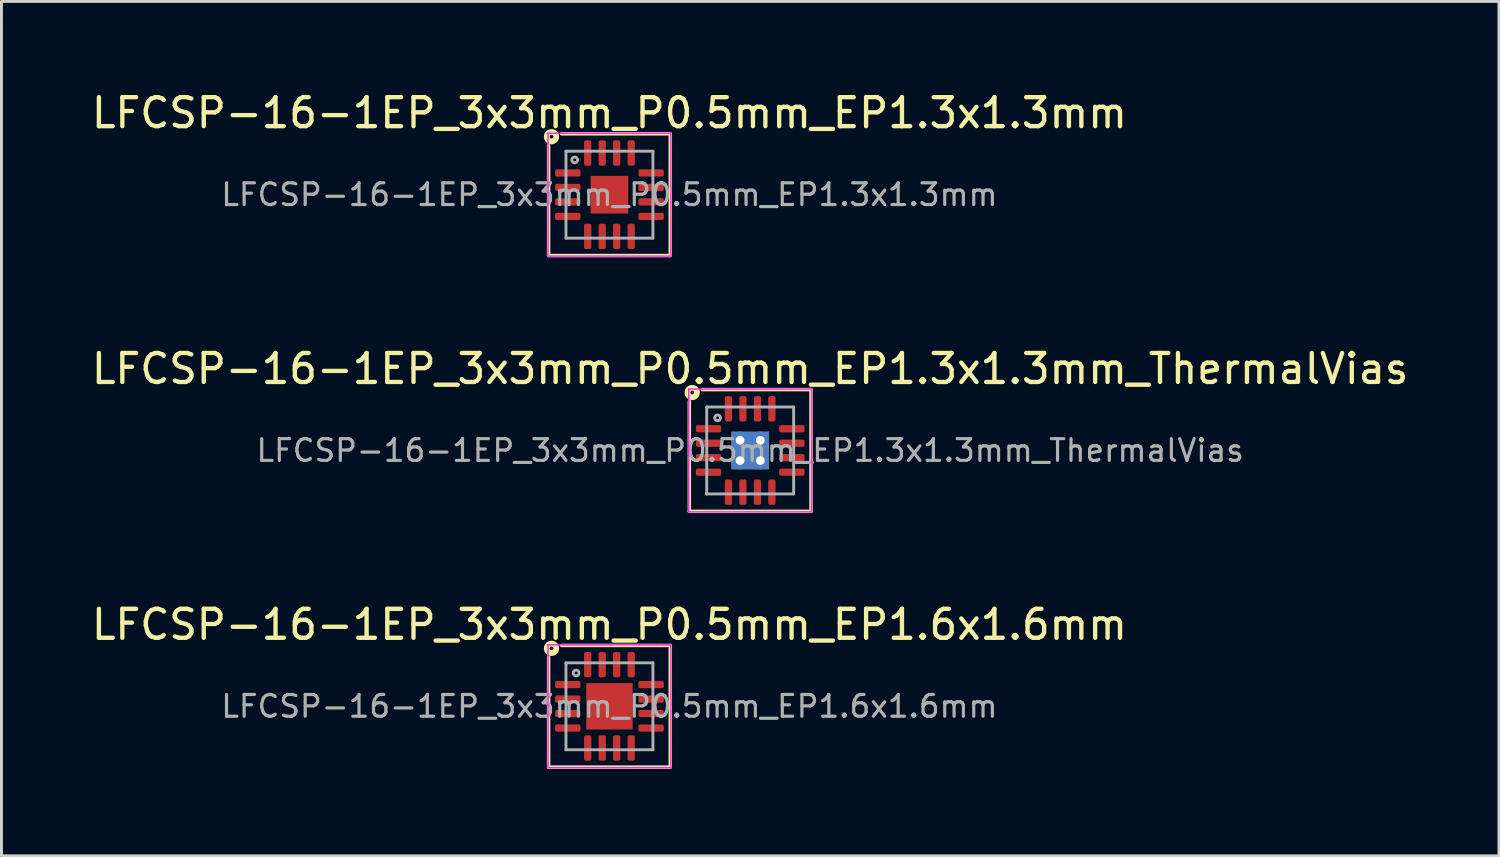
<source format=kicad_pcb>
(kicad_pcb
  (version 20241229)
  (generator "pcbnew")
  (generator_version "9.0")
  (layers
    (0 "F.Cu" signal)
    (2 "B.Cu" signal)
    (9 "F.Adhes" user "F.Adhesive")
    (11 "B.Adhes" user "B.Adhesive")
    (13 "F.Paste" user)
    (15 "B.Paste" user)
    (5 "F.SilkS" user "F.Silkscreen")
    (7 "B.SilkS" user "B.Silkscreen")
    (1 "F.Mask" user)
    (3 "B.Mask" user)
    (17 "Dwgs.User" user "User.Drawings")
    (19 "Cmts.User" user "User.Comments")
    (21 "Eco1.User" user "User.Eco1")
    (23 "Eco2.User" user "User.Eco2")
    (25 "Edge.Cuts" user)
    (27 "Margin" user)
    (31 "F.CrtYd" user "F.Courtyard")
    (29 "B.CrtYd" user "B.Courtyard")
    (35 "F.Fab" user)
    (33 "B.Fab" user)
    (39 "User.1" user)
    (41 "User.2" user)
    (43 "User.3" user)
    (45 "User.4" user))
  (footprint "LFCSP-16-1EP_3x3mm_P0.5mm_EP1.3x1.3mm"
    (layer "F.Cu")
    (at 17.982 3.668)
    (property "Reference" "LFCSP-16-1EP_3x3mm_P0.5mm_EP1.3x1.3mm" (at 0 -2.82 0) (layer "F.SilkS") (effects (font (size 1 1) (thickness 0.15))))
    (attr smd)
    (fp_line (start -2.1 2.1) (end -2.1 -1.7) (stroke (width 0.12) (type solid)) (layer "F.SilkS"))
    (fp_line (start 2.1 -2.1) (end -1.65 -2.1) (stroke (width 0.12) (type solid)) (layer "F.SilkS"))
    (fp_line (start 2.1 -2.1) (end 2.1 2.1) (stroke (width 0.12) (type solid)) (layer "F.SilkS"))
    (fp_line (start 2.1 2.1) (end -2.1 2.1) (stroke (width 0.12) (type solid)) (layer "F.SilkS"))
    (fp_circle (center -2 -2) (end -1.937 -2) (stroke (width 0.2) (type solid)) (fill no) (layer "F.SilkS"))
    (fp_line (start -2.12 -2.12) (end -2.12 2.12) (stroke (width 0.05) (type solid)) (layer "F.CrtYd"))
    (fp_line (start -2.12 2.12) (end 2.12 2.12) (stroke (width 0.05) (type solid)) (layer "F.CrtYd"))
    (fp_line (start 2.12 -2.12) (end -2.12 -2.12) (stroke (width 0.05) (type solid)) (layer "F.CrtYd"))
    (fp_line (start 2.12 2.12) (end 2.12 -2.12) (stroke (width 0.05) (type solid)) (layer "F.CrtYd"))
    (fp_line (start -1.5 -1.5) (end 1.5 -1.5) (stroke (width 0.1) (type solid)) (layer "F.Fab"))
    (fp_line (start -1.5 1.5) (end -1.5 -1.5) (stroke (width 0.1) (type solid)) (layer "F.Fab"))
    (fp_line (start 1.5 -1.5) (end 1.5 1.5) (stroke (width 0.1) (type solid)) (layer "F.Fab"))
    (fp_line (start 1.5 1.5) (end -1.5 1.5) (stroke (width 0.1) (type solid)) (layer "F.Fab"))
    (fp_circle (center -1.2 -1.2) (end -1.1 -1.2) (stroke (width 0.1) (type solid)) (fill no) (layer "F.Fab"))
    (fp_text user "${REFERENCE}" (at 0 0 0) (layer "F.Fab") (effects (font (size 0.75 0.75) (thickness 0.11))))
    (pad "" smd roundrect (at -0.325 -0.325) (size 0.52 0.52) (layers "F.Paste") (roundrect_rratio 0.25))
    (pad "" smd roundrect (at -0.325 0.325) (size 0.52 0.52) (layers "F.Paste") (roundrect_rratio 0.25))
    (pad "" smd roundrect (at 0.325 -0.325) (size 0.52 0.52) (layers "F.Paste") (roundrect_rratio 0.25))
    (pad "" smd roundrect (at 0.325 0.325) (size 0.52 0.52) (layers "F.Paste") (roundrect_rratio 0.25))
    (pad "1" smd roundrect (at -1.438 -0.75) (size 0.875 0.25) (layers "F.Cu" "F.Mask" "F.Paste") (roundrect_rratio 0.25))
    (pad "2" smd roundrect (at -1.438 -0.25) (size 0.875 0.25) (layers "F.Cu" "F.Mask" "F.Paste") (roundrect_rratio 0.25))
    (pad "3" smd roundrect (at -1.438 0.25) (size 0.875 0.25) (layers "F.Cu" "F.Mask" "F.Paste") (roundrect_rratio 0.25))
    (pad "4" smd roundrect (at -1.438 0.75) (size 0.875 0.25) (layers "F.Cu" "F.Mask" "F.Paste") (roundrect_rratio 0.25))
    (pad "5" smd roundrect (at -0.75 1.438) (size 0.25 0.875) (layers "F.Cu" "F.Mask" "F.Paste") (roundrect_rratio 0.25))
    (pad "6" smd roundrect (at -0.25 1.438) (size 0.25 0.875) (layers "F.Cu" "F.Mask" "F.Paste") (roundrect_rratio 0.25))
    (pad "7" smd roundrect (at 0.25 1.438) (size 0.25 0.875) (layers "F.Cu" "F.Mask" "F.Paste") (roundrect_rratio 0.25))
    (pad "8" smd roundrect (at 0.75 1.438) (size 0.25 0.875) (layers "F.Cu" "F.Mask" "F.Paste") (roundrect_rratio 0.25))
    (pad "9" smd roundrect (at 1.438 0.75) (size 0.875 0.25) (layers "F.Cu" "F.Mask" "F.Paste") (roundrect_rratio 0.25))
    (pad "10" smd roundrect (at 1.438 0.25) (size 0.875 0.25) (layers "F.Cu" "F.Mask" "F.Paste") (roundrect_rratio 0.25))
    (pad "11" smd roundrect (at 1.438 -0.25) (size 0.875 0.25) (layers "F.Cu" "F.Mask" "F.Paste") (roundrect_rratio 0.25))
    (pad "12" smd roundrect (at 1.438 -0.75) (size 0.875 0.25) (layers "F.Cu" "F.Mask" "F.Paste") (roundrect_rratio 0.25))
    (pad "13" smd roundrect (at 0.75 -1.438) (size 0.25 0.875) (layers "F.Cu" "F.Mask" "F.Paste") (roundrect_rratio 0.25))
    (pad "14" smd roundrect (at 0.25 -1.438) (size 0.25 0.875) (layers "F.Cu" "F.Mask" "F.Paste") (roundrect_rratio 0.25))
    (pad "15" smd roundrect (at -0.25 -1.438) (size 0.25 0.875) (layers "F.Cu" "F.Mask" "F.Paste") (roundrect_rratio 0.25))
    (pad "16" smd roundrect (at -0.75 -1.438) (size 0.25 0.875) (layers "F.Cu" "F.Mask" "F.Paste") (roundrect_rratio 0.25))
    (pad "17" smd rect (at 0 0) (size 1.3 1.3) (layers "F.Cu" "F.Mask")))
  (footprint "LFCSP-16-1EP_3x3mm_P0.5mm_EP1.6x1.6mm"
    (layer "F.Cu")
    (at 17.982 21.325)
    (property "Reference" "LFCSP-16-1EP_3x3mm_P0.5mm_EP1.6x1.6mm" (at 0 -2.82 0) (layer "F.SilkS") (effects (font (size 1 1) (thickness 0.15))))
    (attr smd)
    (fp_line (start -2.1 2.1) (end -2.1 -1.7) (stroke (width 0.12) (type solid)) (layer "F.SilkS"))
    (fp_line (start 2.1 -2.1) (end -1.65 -2.1) (stroke (width 0.12) (type solid)) (layer "F.SilkS"))
    (fp_line (start 2.1 -2.1) (end 2.1 2.1) (stroke (width 0.12) (type solid)) (layer "F.SilkS"))
    (fp_line (start 2.1 2.1) (end -2.1 2.1) (stroke (width 0.12) (type solid)) (layer "F.SilkS"))
    (fp_circle (center -2 -2) (end -1.937 -2) (stroke (width 0.2) (type solid)) (fill no) (layer "F.SilkS"))
    (fp_line (start -2.12 -2.12) (end -2.12 2.12) (stroke (width 0.05) (type solid)) (layer "F.CrtYd"))
    (fp_line (start -2.12 2.12) (end 2.12 2.12) (stroke (width 0.05) (type solid)) (layer "F.CrtYd"))
    (fp_line (start 2.12 -2.12) (end -2.12 -2.12) (stroke (width 0.05) (type solid)) (layer "F.CrtYd"))
    (fp_line (start 2.12 2.12) (end 2.12 -2.12) (stroke (width 0.05) (type solid)) (layer "F.CrtYd"))
    (fp_line (start -1.5 -1.5) (end 1.5 -1.5) (stroke (width 0.1) (type solid)) (layer "F.Fab"))
    (fp_line (start -1.5 1.5) (end -1.5 -1.5) (stroke (width 0.1) (type solid)) (layer "F.Fab"))
    (fp_line (start 1.5 -1.5) (end 1.5 1.5) (stroke (width 0.1) (type solid)) (layer "F.Fab"))
    (fp_line (start 1.5 1.5) (end -1.5 1.5) (stroke (width 0.1) (type solid)) (layer "F.Fab"))
    (fp_circle (center -1.15 -1.15) (end -1.05 -1.15) (stroke (width 0.1) (type solid)) (fill no) (layer "F.Fab"))
    (fp_text user "${REFERENCE}" (at 0 0 0) (layer "F.Fab") (effects (font (size 0.75 0.75) (thickness 0.11))))
    (pad "" smd roundrect (at -0.4 -0.4) (size 0.64 0.64) (layers "F.Paste") (roundrect_rratio 0.25))
    (pad "" smd roundrect (at -0.4 0.4) (size 0.64 0.64) (layers "F.Paste") (roundrect_rratio 0.25))
    (pad "" smd roundrect (at 0.4 -0.4) (size 0.64 0.64) (layers "F.Paste") (roundrect_rratio 0.25))
    (pad "" smd roundrect (at 0.4 0.4) (size 0.64 0.64) (layers "F.Paste") (roundrect_rratio 0.25))
    (pad "1" smd roundrect (at -1.438 -0.75) (size 0.875 0.25) (layers "F.Cu" "F.Mask" "F.Paste") (roundrect_rratio 0.25))
    (pad "2" smd roundrect (at -1.438 -0.25) (size 0.875 0.25) (layers "F.Cu" "F.Mask" "F.Paste") (roundrect_rratio 0.25))
    (pad "3" smd roundrect (at -1.438 0.25) (size 0.875 0.25) (layers "F.Cu" "F.Mask" "F.Paste") (roundrect_rratio 0.25))
    (pad "4" smd roundrect (at -1.438 0.75) (size 0.875 0.25) (layers "F.Cu" "F.Mask" "F.Paste") (roundrect_rratio 0.25))
    (pad "5" smd roundrect (at -0.75 1.438) (size 0.25 0.875) (layers "F.Cu" "F.Mask" "F.Paste") (roundrect_rratio 0.25))
    (pad "6" smd roundrect (at -0.25 1.438) (size 0.25 0.875) (layers "F.Cu" "F.Mask" "F.Paste") (roundrect_rratio 0.25))
    (pad "7" smd roundrect (at 0.25 1.438) (size 0.25 0.875) (layers "F.Cu" "F.Mask" "F.Paste") (roundrect_rratio 0.25))
    (pad "8" smd roundrect (at 0.75 1.438) (size 0.25 0.875) (layers "F.Cu" "F.Mask" "F.Paste") (roundrect_rratio 0.25))
    (pad "9" smd roundrect (at 1.438 0.75) (size 0.875 0.25) (layers "F.Cu" "F.Mask" "F.Paste") (roundrect_rratio 0.25))
    (pad "10" smd roundrect (at 1.438 0.25) (size 0.875 0.25) (layers "F.Cu" "F.Mask" "F.Paste") (roundrect_rratio 0.25))
    (pad "11" smd roundrect (at 1.438 -0.25) (size 0.875 0.25) (layers "F.Cu" "F.Mask" "F.Paste") (roundrect_rratio 0.25))
    (pad "12" smd roundrect (at 1.438 -0.75) (size 0.875 0.25) (layers "F.Cu" "F.Mask" "F.Paste") (roundrect_rratio 0.25))
    (pad "13" smd roundrect (at 0.75 -1.438) (size 0.25 0.875) (layers "F.Cu" "F.Mask" "F.Paste") (roundrect_rratio 0.25))
    (pad "14" smd roundrect (at 0.25 -1.438) (size 0.25 0.875) (layers "F.Cu" "F.Mask" "F.Paste") (roundrect_rratio 0.25))
    (pad "15" smd roundrect (at -0.25 -1.438) (size 0.25 0.875) (layers "F.Cu" "F.Mask" "F.Paste") (roundrect_rratio 0.25))
    (pad "16" smd roundrect (at -0.75 -1.438) (size 0.25 0.875) (layers "F.Cu" "F.Mask" "F.Paste") (roundrect_rratio 0.25))
    (pad "17" smd rect (at 0 0) (size 1.6 1.6) (layers "F.Cu" "F.Mask")))
  (footprint "LFCSP-16-1EP_3x3mm_P0.5mm_EP1.3x1.3mm_ThermalVias"
    (layer "F.Cu")
    (at 22.839 12.496)
    (property "Reference" "LFCSP-16-1EP_3x3mm_P0.5mm_EP1.3x1.3mm_ThermalVias" (at 0 -2.82 0) (layer "F.SilkS") (effects (font (size 1 1) (thickness 0.15))))
    (attr smd)
    (fp_line (start -2.1 2.1) (end -2.1 -1.7) (stroke (width 0.12) (type solid)) (layer "F.SilkS"))
    (fp_line (start 2.1 -2.1) (end -1.65 -2.1) (stroke (width 0.12) (type solid)) (layer "F.SilkS"))
    (fp_line (start 2.1 -2.1) (end 2.1 2.1) (stroke (width 0.12) (type solid)) (layer "F.SilkS"))
    (fp_line (start 2.1 2.1) (end -2.1 2.1) (stroke (width 0.12) (type solid)) (layer "F.SilkS"))
    (fp_circle (center -2 -2) (end -1.937 -2) (stroke (width 0.2) (type solid)) (fill no) (layer "F.SilkS"))
    (fp_line (start -2.12 -2.12) (end -2.12 2.12) (stroke (width 0.05) (type solid)) (layer "F.CrtYd"))
    (fp_line (start -2.12 2.12) (end 2.12 2.12) (stroke (width 0.05) (type solid)) (layer "F.CrtYd"))
    (fp_line (start 2.12 -2.12) (end -2.12 -2.12) (stroke (width 0.05) (type solid)) (layer "F.CrtYd"))
    (fp_line (start 2.12 2.12) (end 2.12 -2.12) (stroke (width 0.05) (type solid)) (layer "F.CrtYd"))
    (fp_line (start -1.5 -1.5) (end 1.5 -1.5) (stroke (width 0.1) (type solid)) (layer "F.Fab"))
    (fp_line (start -1.5 1.5) (end -1.5 -1.5) (stroke (width 0.1) (type solid)) (layer "F.Fab"))
    (fp_line (start 1.5 -1.5) (end 1.5 1.5) (stroke (width 0.1) (type solid)) (layer "F.Fab"))
    (fp_line (start 1.5 1.5) (end -1.5 1.5) (stroke (width 0.1) (type solid)) (layer "F.Fab"))
    (fp_circle (center -1.125 -1.125) (end -1.025 -1.125) (stroke (width 0.1) (type solid)) (fill no) (layer "F.Fab"))
    (fp_text user "${REFERENCE}" (at 0 0 0) (layer "F.Fab") (effects (font (size 0.75 0.75) (thickness 0.11))))
    (pad "" smd roundrect (at -0.325 -0.325) (size 0.52 0.52) (layers "F.Paste") (roundrect_rratio 0.25))
    (pad "" smd roundrect (at -0.325 0.325) (size 0.52 0.52) (layers "F.Paste") (roundrect_rratio 0.25))
    (pad "" smd roundrect (at 0.325 -0.325) (size 0.52 0.52) (layers "F.Paste") (roundrect_rratio 0.25))
    (pad "" smd roundrect (at 0.325 0.325) (size 0.52 0.52) (layers "F.Paste") (roundrect_rratio 0.25))
    (pad "1" smd roundrect (at -1.438 -0.75) (size 0.875 0.25) (layers "F.Cu" "F.Mask" "F.Paste") (roundrect_rratio 0.25))
    (pad "2" smd roundrect (at -1.438 -0.25) (size 0.875 0.25) (layers "F.Cu" "F.Mask" "F.Paste") (roundrect_rratio 0.25))
    (pad "3" smd roundrect (at -1.438 0.25) (size 0.875 0.25) (layers "F.Cu" "F.Mask" "F.Paste") (roundrect_rratio 0.25))
    (pad "4" smd roundrect (at -1.438 0.75) (size 0.875 0.25) (layers "F.Cu" "F.Mask" "F.Paste") (roundrect_rratio 0.25))
    (pad "5" smd roundrect (at -0.75 1.438) (size 0.25 0.875) (layers "F.Cu" "F.Mask" "F.Paste") (roundrect_rratio 0.25))
    (pad "6" smd roundrect (at -0.25 1.438) (size 0.25 0.875) (layers "F.Cu" "F.Mask" "F.Paste") (roundrect_rratio 0.25))
    (pad "7" smd roundrect (at 0.25 1.438) (size 0.25 0.875) (layers "F.Cu" "F.Mask" "F.Paste") (roundrect_rratio 0.25))
    (pad "8" smd roundrect (at 0.75 1.438) (size 0.25 0.875) (layers "F.Cu" "F.Mask" "F.Paste") (roundrect_rratio 0.25))
    (pad "9" smd roundrect (at 1.438 0.75) (size 0.875 0.25) (layers "F.Cu" "F.Mask" "F.Paste") (roundrect_rratio 0.25))
    (pad "10" smd roundrect (at 1.438 0.25) (size 0.875 0.25) (layers "F.Cu" "F.Mask" "F.Paste") (roundrect_rratio 0.25))
    (pad "11" smd roundrect (at 1.438 -0.25) (size 0.875 0.25) (layers "F.Cu" "F.Mask" "F.Paste") (roundrect_rratio 0.25))
    (pad "12" smd roundrect (at 1.438 -0.75) (size 0.875 0.25) (layers "F.Cu" "F.Mask" "F.Paste") (roundrect_rratio 0.25))
    (pad "13" smd roundrect (at 0.75 -1.438) (size 0.25 0.875) (layers "F.Cu" "F.Mask" "F.Paste") (roundrect_rratio 0.25))
    (pad "14" smd roundrect (at 0.25 -1.438) (size 0.25 0.875) (layers "F.Cu" "F.Mask" "F.Paste") (roundrect_rratio 0.25))
    (pad "15" smd roundrect (at -0.25 -1.438) (size 0.25 0.875) (layers "F.Cu" "F.Mask" "F.Paste") (roundrect_rratio 0.25))
    (pad "16" smd roundrect (at -0.75 -1.438) (size 0.25 0.875) (layers "F.Cu" "F.Mask" "F.Paste") (roundrect_rratio 0.25))
    (pad "17" thru_hole circle (at -0.35 -0.35) (size 0.6 0.6) (drill 0.3) (layers "*.Cu"))
    (pad "17" thru_hole circle (at -0.35 0.35) (size 0.6 0.6) (drill 0.3) (layers "*.Cu"))
    (pad "17" smd rect (at 0 0) (size 1.3 1.3) (layers "F.Cu" "F.Mask"))
    (pad "17" smd rect (at 0 0) (size 1.3 1.3) (layers "B.Cu" "B.Mask"))
    (pad "17" thru_hole circle (at 0.35 -0.35) (size 0.6 0.6) (drill 0.3) (layers "*.Cu"))
    (pad "17" thru_hole circle (at 0.35 0.35) (size 0.6 0.6) (drill 0.3) (layers "*.Cu")))
  (gr_rect
    (start -3 -3)
    (end 48.679 26.485)
    (stroke (width 0.1) (type default))
    (fill no)
    (layer "Edge.Cuts")))
</source>
